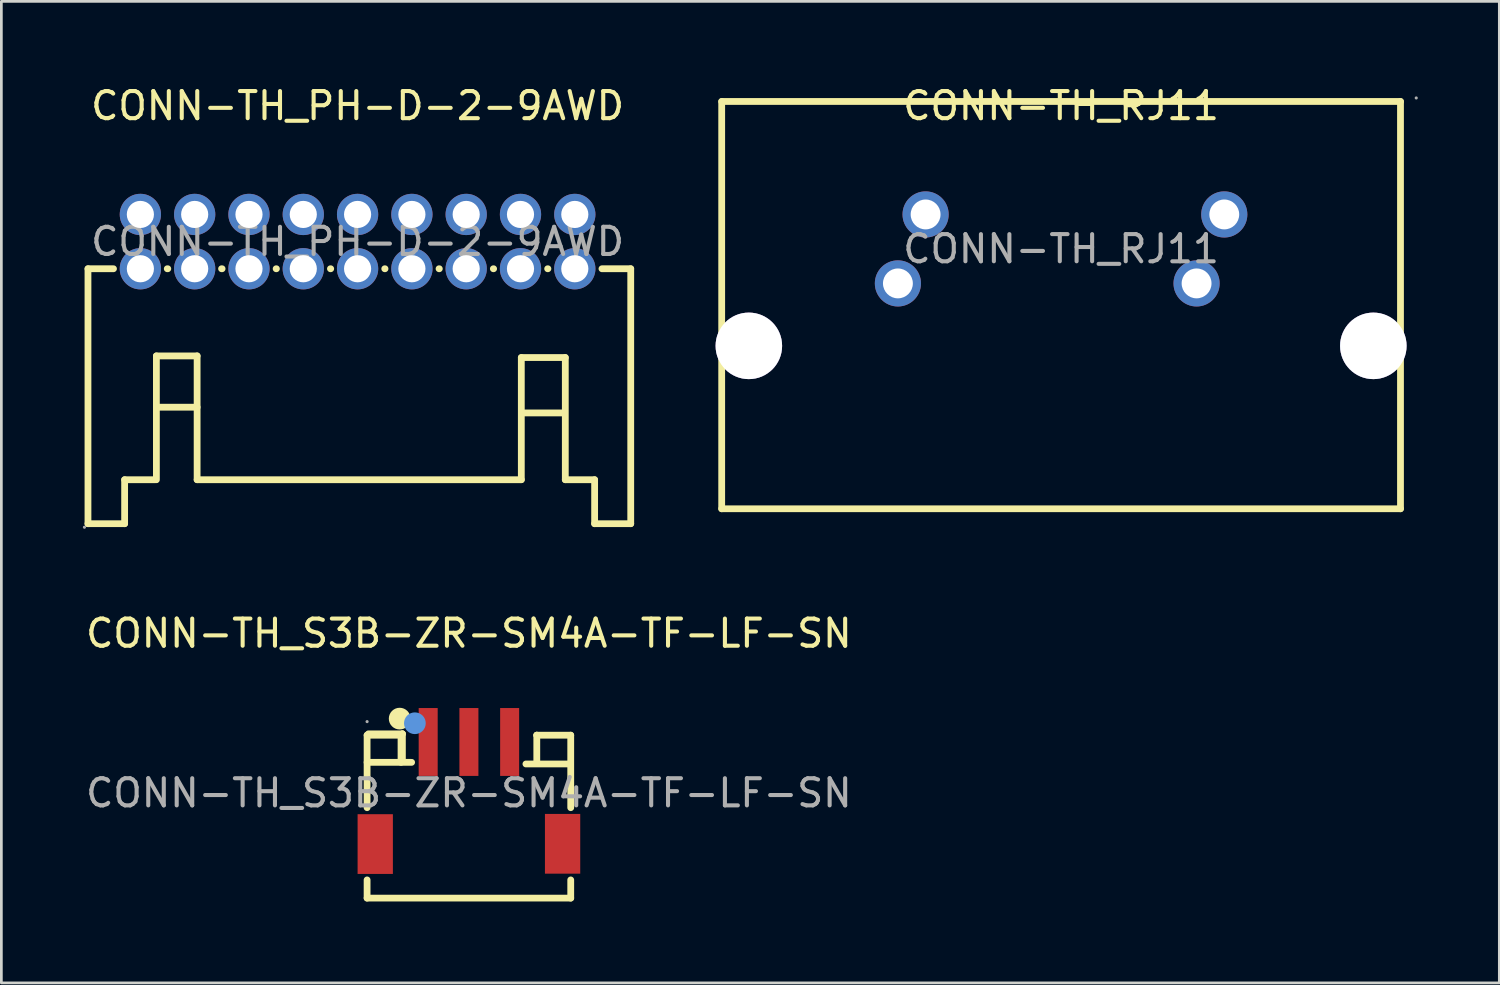
<source format=kicad_pcb>
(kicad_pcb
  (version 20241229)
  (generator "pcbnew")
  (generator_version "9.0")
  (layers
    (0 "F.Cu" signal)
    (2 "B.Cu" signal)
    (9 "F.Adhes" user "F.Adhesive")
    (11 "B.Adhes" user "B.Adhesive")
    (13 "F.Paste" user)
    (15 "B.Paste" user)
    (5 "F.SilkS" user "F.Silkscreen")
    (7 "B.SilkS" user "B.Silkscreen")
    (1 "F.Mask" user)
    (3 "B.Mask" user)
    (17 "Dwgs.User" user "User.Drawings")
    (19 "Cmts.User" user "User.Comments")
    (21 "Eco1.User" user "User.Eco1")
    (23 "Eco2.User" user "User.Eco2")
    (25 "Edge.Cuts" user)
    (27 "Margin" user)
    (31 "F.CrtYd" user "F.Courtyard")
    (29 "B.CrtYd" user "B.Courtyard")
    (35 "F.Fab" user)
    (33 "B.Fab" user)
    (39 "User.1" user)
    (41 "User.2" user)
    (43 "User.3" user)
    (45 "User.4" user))
  (footprint "CONN-TH_RJ11"
    (layer "F.Cu")
    (at 36.03 6.118)
    (property "Reference" "CONN-TH_RJ11" (at 0 -5.27 0) (layer "F.SilkS") (effects (font (size 1 1) (thickness 0.15))))
    (attr through_hole)
    (fp_line (start -12.5 -5.43) (end -12.5 9.57) (stroke (width 0.25) (type solid)) (layer "F.SilkS"))
    (fp_line (start -12.5 9.57) (end 12.5 9.57) (stroke (width 0.25) (type solid)) (layer "F.SilkS"))
    (fp_line (start 12.5 -5.43) (end -12.5 -5.43) (stroke (width 0.25) (type solid)) (layer "F.SilkS"))
    (fp_line (start 12.5 9.57) (end 12.5 -5.43) (stroke (width 0.25) (type solid)) (layer "F.SilkS"))
    (fp_circle (center -11.5 3.57) (end -10.94 3.57) (stroke (width 1.12) (type solid)) (fill no) (layer "F.Fab"))
    (fp_circle (center -6.01 1.27) (end -5.78 1.27) (stroke (width 0.45) (type solid)) (fill no) (layer "F.Fab"))
    (fp_circle (center -4.99 -1.27) (end -4.76 -1.27) (stroke (width 0.45) (type solid)) (fill no) (layer "F.Fab"))
    (fp_circle (center 4.99 1.27) (end 5.22 1.27) (stroke (width 0.45) (type solid)) (fill no) (layer "F.Fab"))
    (fp_circle (center 6.01 -1.27) (end 6.24 -1.27) (stroke (width 0.45) (type solid)) (fill no) (layer "F.Fab"))
    (fp_circle (center 11.5 3.57) (end 12.06 3.57) (stroke (width 1.12) (type solid)) (fill no) (layer "F.Fab"))
    (fp_circle (center 13.08 -5.56) (end 13.11 -5.56) (stroke (width 0.06) (type solid)) (fill no) (layer "F.Fab"))
    (fp_text user "${REFERENCE}" (at 0 0 0) (layer "F.Fab") (effects (font (size 1 1) (thickness 0.15))))
    (pad "" thru_hole circle (at -11.5 3.57) (size 2.45 2.45) (drill 2.45) (layers "*.Cu" "*.Mask"))
    (pad "" thru_hole circle (at 11.5 3.57) (size 2.45 2.45) (drill 2.45) (layers "*.Cu" "*.Mask"))
    (pad "1" thru_hole circle (at 6.01 -1.27) (size 1.7 1.7) (drill 1.1) (layers "*.Cu" "*.Paste" "*.Mask"))
    (pad "2" thru_hole circle (at 4.99 1.27) (size 1.7 1.7) (drill 1.1) (layers "*.Cu" "*.Paste" "*.Mask"))
    (pad "3" thru_hole circle (at -4.99 -1.27) (size 1.7 1.7) (drill 1.1) (layers "*.Cu" "*.Paste" "*.Mask"))
    (pad "4" thru_hole circle (at -6.01 1.27) (size 1.7 1.7) (drill 1.1) (layers "*.Cu" "*.Paste" "*.Mask")))
  (footprint "CONN-TH_PH-D-2-9AWD"
    (layer "F.Cu")
    (at 10.12 5.848)
    (property "Reference" "CONN-TH_PH-D-2-9AWD" (at 0 -5 0) (layer "F.SilkS") (effects (font (size 1 1) (thickness 0.15))))
    (attr through_hole)
    (fp_line (start -9.93 1) (end -9.93 10.39) (stroke (width 0.25) (type solid)) (layer "F.SilkS"))
    (fp_line (start -9.93 1) (end -8.99 1) (stroke (width 0.25) (type solid)) (layer "F.SilkS"))
    (fp_line (start -9.93 10.39) (end -8.58 10.39) (stroke (width 0.25) (type solid)) (layer "F.SilkS"))
    (fp_line (start -8.58 8.77) (end -7.44 8.77) (stroke (width 0.25) (type solid)) (layer "F.SilkS"))
    (fp_line (start -8.58 10.39) (end -8.58 8.77) (stroke (width 0.25) (type solid)) (layer "F.SilkS"))
    (fp_line (start -7.41 4.21) (end -5.91 4.21) (stroke (width 0.25) (type solid)) (layer "F.SilkS"))
    (fp_line (start -7.41 6.1) (end -5.91 6.1) (stroke (width 0.25) (type solid)) (layer "F.SilkS"))
    (fp_line (start -7.41 8.77) (end -7.41 4.21) (stroke (width 0.25) (type solid)) (layer "F.SilkS"))
    (fp_line (start -7.01 1) (end -6.99 1) (stroke (width 0.25) (type solid)) (layer "F.SilkS"))
    (fp_line (start -5.91 4.21) (end -5.91 8.77) (stroke (width 0.25) (type solid)) (layer "F.SilkS"))
    (fp_line (start -5.91 8.77) (end 6.03 8.77) (stroke (width 0.25) (type solid)) (layer "F.SilkS"))
    (fp_line (start -5.01 1) (end -4.99 1) (stroke (width 0.25) (type solid)) (layer "F.SilkS"))
    (fp_line (start -3 1) (end -2.99 1) (stroke (width 0.25) (type solid)) (layer "F.SilkS"))
    (fp_line (start -1 1) (end -0.99 1) (stroke (width 0.25) (type solid)) (layer "F.SilkS"))
    (fp_line (start 1 1) (end 1.01 1) (stroke (width 0.25) (type solid)) (layer "F.SilkS"))
    (fp_line (start 3 1) (end 3.01 1) (stroke (width 0.25) (type solid)) (layer "F.SilkS"))
    (fp_line (start 5 1) (end 5.01 1) (stroke (width 0.25) (type solid)) (layer "F.SilkS"))
    (fp_line (start 6.03 4.27) (end 7.65 4.27) (stroke (width 0.25) (type solid)) (layer "F.SilkS"))
    (fp_line (start 6.03 8.77) (end 6.03 4.27) (stroke (width 0.25) (type solid)) (layer "F.SilkS"))
    (fp_line (start 6.06 6.31) (end 7.59 6.31) (stroke (width 0.25) (type solid)) (layer "F.SilkS"))
    (fp_line (start 7 1) (end 7.01 1) (stroke (width 0.25) (type solid)) (layer "F.SilkS"))
    (fp_line (start 7.65 4.27) (end 7.65 8.77) (stroke (width 0.25) (type solid)) (layer "F.SilkS"))
    (fp_line (start 7.65 8.77) (end 8.73 8.77) (stroke (width 0.25) (type solid)) (layer "F.SilkS"))
    (fp_line (start 8.73 8.77) (end 8.73 10.39) (stroke (width 0.25) (type solid)) (layer "F.SilkS"))
    (fp_line (start 8.73 10.39) (end 10.06 10.39) (stroke (width 0.25) (type solid)) (layer "F.SilkS"))
    (fp_line (start 9 1) (end 10.06 1) (stroke (width 0.25) (type solid)) (layer "F.SilkS"))
    (fp_line (start 10.06 1) (end 10.06 10.39) (stroke (width 0.25) (type solid)) (layer "F.SilkS"))
    (fp_circle (center -10.06 10.52) (end -10.03 10.52) (stroke (width 0.06) (type solid)) (fill no) (layer "F.Fab"))
    (fp_circle (center -8 -1) (end -7.8 -1) (stroke (width 0.4) (type solid)) (fill no) (layer "F.Fab"))
    (fp_circle (center -8 1) (end -7.8 1) (stroke (width 0.4) (type solid)) (fill no) (layer "F.Fab"))
    (fp_circle (center -6 -1) (end -5.8 -1) (stroke (width 0.4) (type solid)) (fill no) (layer "F.Fab"))
    (fp_circle (center -6 1) (end -5.8 1) (stroke (width 0.4) (type solid)) (fill no) (layer "F.Fab"))
    (fp_circle (center -4 -1) (end -3.8 -1) (stroke (width 0.4) (type solid)) (fill no) (layer "F.Fab"))
    (fp_circle (center -4 1) (end -3.8 1) (stroke (width 0.4) (type solid)) (fill no) (layer "F.Fab"))
    (fp_circle (center -2 -1) (end -1.8 -1) (stroke (width 0.4) (type solid)) (fill no) (layer "F.Fab"))
    (fp_circle (center -2 1) (end -1.8 1) (stroke (width 0.4) (type solid)) (fill no) (layer "F.Fab"))
    (fp_circle (center 0 -1) (end 0.2 -1) (stroke (width 0.4) (type solid)) (fill no) (layer "F.Fab"))
    (fp_circle (center 0 1) (end 0.2 1) (stroke (width 0.4) (type solid)) (fill no) (layer "F.Fab"))
    (fp_circle (center 2 -1) (end 2.2 -1) (stroke (width 0.4) (type solid)) (fill no) (layer "F.Fab"))
    (fp_circle (center 2 1) (end 2.2 1) (stroke (width 0.4) (type solid)) (fill no) (layer "F.Fab"))
    (fp_circle (center 4 -1) (end 4.2 -1) (stroke (width 0.4) (type solid)) (fill no) (layer "F.Fab"))
    (fp_circle (center 4 1) (end 4.2 1) (stroke (width 0.4) (type solid)) (fill no) (layer "F.Fab"))
    (fp_circle (center 6 -1) (end 6.2 -1) (stroke (width 0.4) (type solid)) (fill no) (layer "F.Fab"))
    (fp_circle (center 6 1) (end 6.2 1) (stroke (width 0.4) (type solid)) (fill no) (layer "F.Fab"))
    (fp_circle (center 8 -1) (end 8.2 -1) (stroke (width 0.4) (type solid)) (fill no) (layer "F.Fab"))
    (fp_circle (center 8 1) (end 8.2 1) (stroke (width 0.4) (type solid)) (fill no) (layer "F.Fab"))
    (fp_text user "${REFERENCE}" (at 0 0 0) (layer "F.Fab") (effects (font (size 1 1) (thickness 0.15))))
    (pad "1" thru_hole circle (at -8 1) (size 1.52 1.52) (drill 1) (layers "*.Cu" "*.Paste" "*.Mask"))
    (pad "2" thru_hole circle (at -8 -1) (size 1.52 1.52) (drill 1) (layers "*.Cu" "*.Paste" "*.Mask"))
    (pad "3" thru_hole circle (at -6 1) (size 1.52 1.52) (drill 1) (layers "*.Cu" "*.Paste" "*.Mask"))
    (pad "4" thru_hole circle (at -6 -1) (size 1.52 1.52) (drill 1) (layers "*.Cu" "*.Paste" "*.Mask"))
    (pad "5" thru_hole circle (at -4 1) (size 1.52 1.52) (drill 1) (layers "*.Cu" "*.Paste" "*.Mask"))
    (pad "6" thru_hole circle (at -4 -1) (size 1.52 1.52) (drill 1) (layers "*.Cu" "*.Paste" "*.Mask"))
    (pad "7" thru_hole circle (at -2 1) (size 1.52 1.52) (drill 1) (layers "*.Cu" "*.Paste" "*.Mask"))
    (pad "8" thru_hole circle (at -2 -1) (size 1.52 1.52) (drill 1) (layers "*.Cu" "*.Paste" "*.Mask"))
    (pad "9" thru_hole circle (at 0 1) (size 1.52 1.52) (drill 1) (layers "*.Cu" "*.Paste" "*.Mask"))
    (pad "10" thru_hole circle (at 0 -1) (size 1.52 1.52) (drill 1) (layers "*.Cu" "*.Paste" "*.Mask"))
    (pad "11" thru_hole circle (at 2 1) (size 1.52 1.52) (drill 1) (layers "*.Cu" "*.Paste" "*.Mask"))
    (pad "12" thru_hole circle (at 2 -1) (size 1.52 1.52) (drill 1) (layers "*.Cu" "*.Paste" "*.Mask"))
    (pad "13" thru_hole circle (at 4 1) (size 1.52 1.52) (drill 1) (layers "*.Cu" "*.Paste" "*.Mask"))
    (pad "14" thru_hole circle (at 4 -1) (size 1.52 1.52) (drill 1) (layers "*.Cu" "*.Paste" "*.Mask"))
    (pad "15" thru_hole circle (at 6 1) (size 1.52 1.52) (drill 1) (layers "*.Cu" "*.Paste" "*.Mask"))
    (pad "16" thru_hole circle (at 6 -1) (size 1.52 1.52) (drill 1) (layers "*.Cu" "*.Paste" "*.Mask"))
    (pad "17" thru_hole circle (at 8 1) (size 1.52 1.52) (drill 1) (layers "*.Cu" "*.Paste" "*.Mask"))
    (pad "18" thru_hole circle (at 8 -1) (size 1.52 1.52) (drill 1) (layers "*.Cu" "*.Paste" "*.Mask")))
  (footprint "CONN-TH_S3B-ZR-SM4A-TF-LF-SN"
    (layer "F.Cu")
    (at 14.22 26.157)
    (property "Reference" "CONN-TH_S3B-ZR-SM4A-TF-LF-SN" (at 0 -5.88 0) (layer "F.SilkS") (effects (font (size 1 1) (thickness 0.15))))
    (attr through_hole)
    (fp_line (start -3.75 -2.13) (end -3.75 0.54) (stroke (width 0.25) (type solid)) (layer "F.SilkS"))
    (fp_line (start -3.75 -2.13) (end -2.5 -2.13) (stroke (width 0.25) (type solid)) (layer "F.SilkS"))
    (fp_line (start -3.75 -1.13) (end -2.11 -1.13) (stroke (width 0.25) (type solid)) (layer "F.SilkS"))
    (fp_line (start -3.75 3.2) (end -3.75 3.87) (stroke (width 0.25) (type solid)) (layer "F.SilkS"))
    (fp_line (start -3.7 -2.18) (end -2.45 -2.18) (stroke (width 0.25) (type solid)) (layer "F.SilkS"))
    (fp_line (start -2.5 -2.13) (end -2.5 -2.13) (stroke (width 0.25) (type solid)) (layer "F.SilkS"))
    (fp_line (start -2.5 -2.13) (end -2.5 -1.13) (stroke (width 0.25) (type solid)) (layer "F.SilkS"))
    (fp_line (start -2.45 -2.18) (end -2.45 -2.18) (stroke (width 0.25) (type solid)) (layer "F.SilkS"))
    (fp_line (start -2.45 -2.18) (end -2.45 -1.18) (stroke (width 0.25) (type solid)) (layer "F.SilkS"))
    (fp_line (start 2.1 -1.07) (end 3.74 -1.07) (stroke (width 0.25) (type solid)) (layer "F.SilkS"))
    (fp_line (start 2.5 -2.13) (end 2.5 -2.13) (stroke (width 0.25) (type solid)) (layer "F.SilkS"))
    (fp_line (start 2.5 -2.13) (end 2.5 -1.13) (stroke (width 0.25) (type solid)) (layer "F.SilkS"))
    (fp_line (start 3.75 -2.13) (end 2.5 -2.13) (stroke (width 0.25) (type solid)) (layer "F.SilkS"))
    (fp_line (start 3.75 -2.13) (end 3.75 0.54) (stroke (width 0.25) (type solid)) (layer "F.SilkS"))
    (fp_line (start 3.75 3.2) (end 3.75 3.87) (stroke (width 0.25) (type solid)) (layer "F.SilkS"))
    (fp_line (start 3.75 3.87) (end -3.75 3.87) (stroke (width 0.25) (type solid)) (layer "F.SilkS"))
    (fp_circle (center -2.55 -2.74) (end -2.35 -2.74) (stroke (width 0.4) (type solid)) (fill no) (layer "F.SilkS"))
    (fp_circle (center -1.99 -2.57) (end -1.79 -2.57) (stroke (width 0.4) (type solid)) (fill no) (layer "Cmts.User"))
    (fp_circle (center -3.75 -2.63) (end -3.72 -2.63) (stroke (width 0.06) (type solid)) (fill no) (layer "F.Fab"))
    (fp_text user "${REFERENCE}" (at 0 0 0) (layer "F.Fab") (effects (font (size 1 1) (thickness 0.15))))
    (pad "1" smd rect (at -1.5 -1.88) (size 0.7 2.5) (layers "F.Cu" "F.Mask" "F.Paste"))
    (pad "2" smd rect (at 0 -1.88) (size 0.7 2.5) (layers "F.Cu" "F.Mask" "F.Paste"))
    (pad "3" smd rect (at 1.5 -1.88) (size 0.7 2.5) (layers "F.Cu" "F.Mask" "F.Paste"))
    (pad "4" smd rect (at 3.45 1.87) (size 1.3 2.2) (layers "F.Cu" "F.Mask" "F.Paste"))
    (pad "5" smd rect (at -3.45 1.88) (size 1.3 2.2) (layers "F.Cu" "F.Mask" "F.Paste")))
  (gr_rect
    (start -3 -3)
    (end 52.17 33.151)
    (stroke (width 0.1) (type default))
    (fill no)
    (layer "Edge.Cuts")))
</source>
